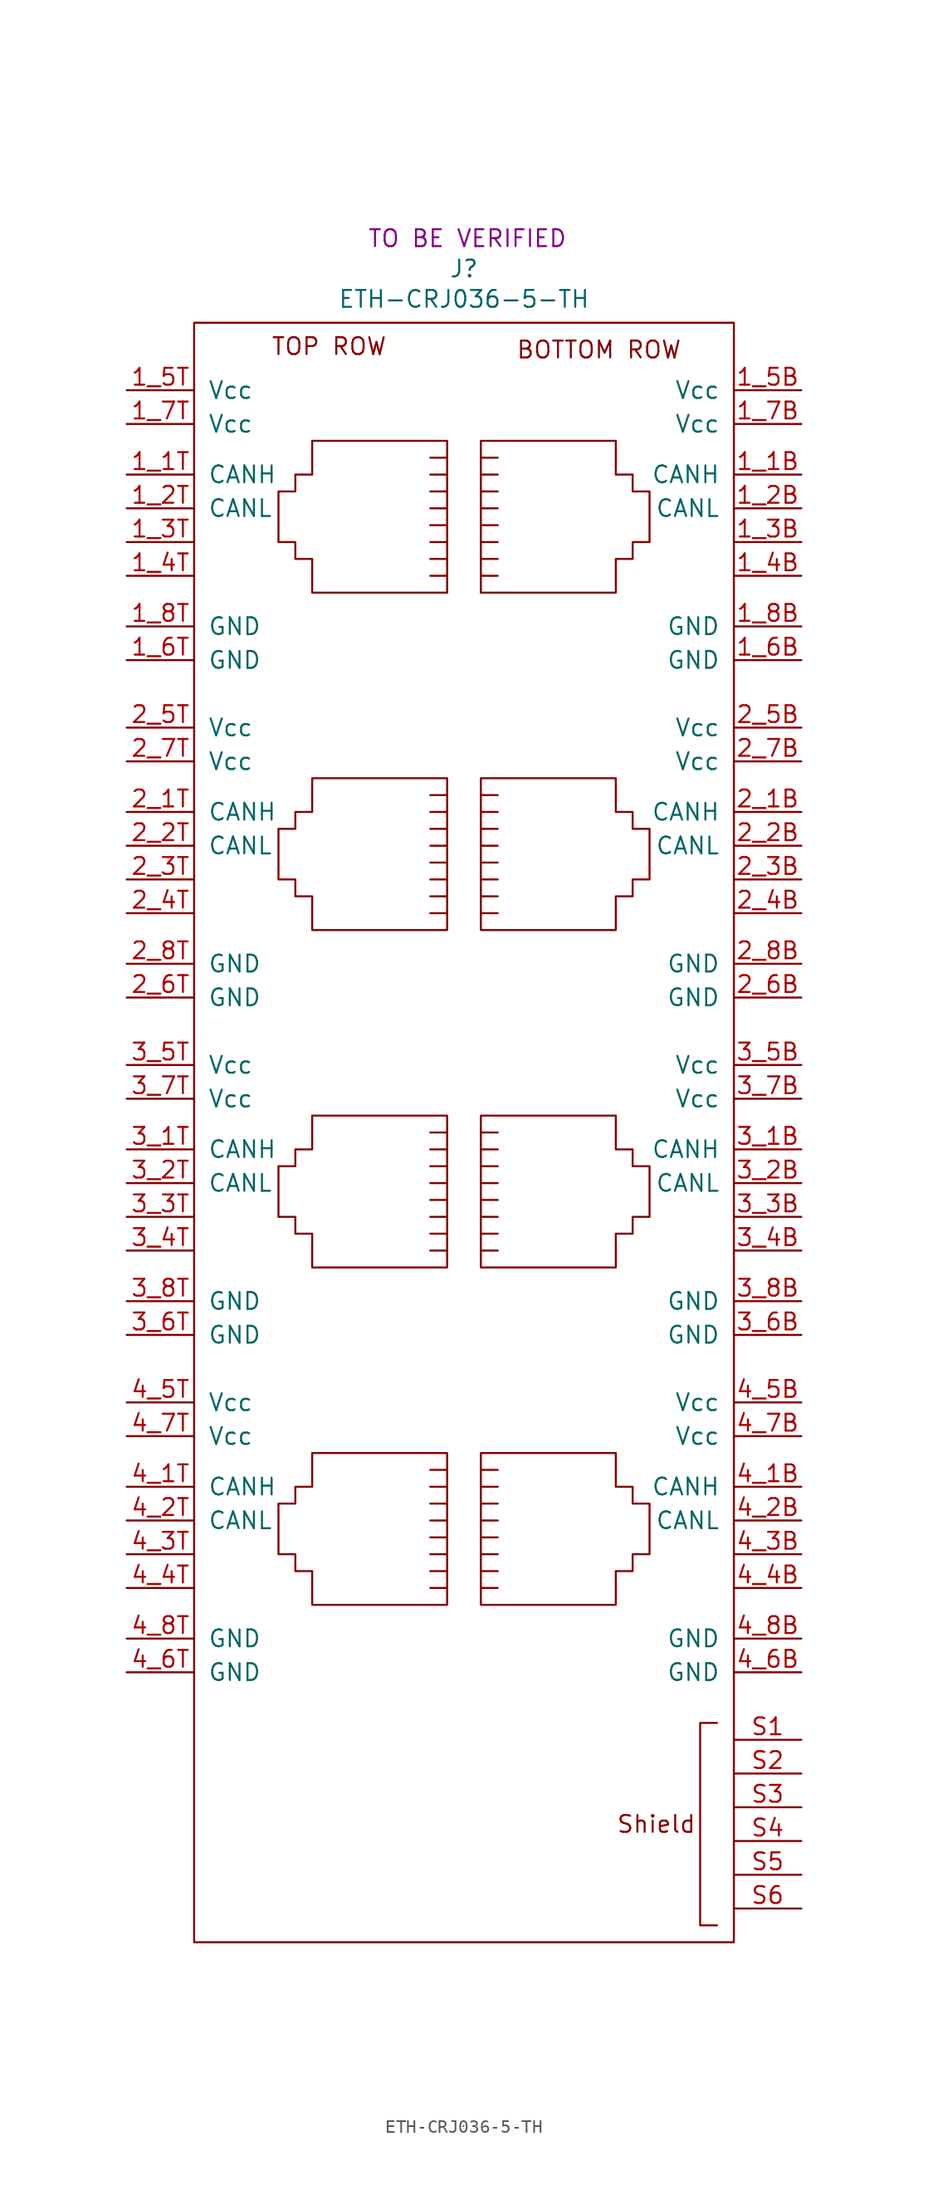
<source format=kicad_sym>
(kicad_symbol_lib
  (version 20231120)
  (generator "kicad_symbol_editor")
  (generator_version "8.0")
  (symbol "ETH-CRJ036-5-TH"
    (pin_names
      (offset 1.016))
    (property "Reference" "J"
      (at 0 11.684 0)
      (effects (font (size 1.27 1.27))))
    (property "Value" "ETH-CRJ036-5-TH"
      (at 0 9.398 0)
      (effects (font (size 1.27 1.27))))
    (property "STATUS" "TO BE VERIFIED"
      (at 0.254 13.97 0)
      (effects (font (size 1.27 1.27))))
    (symbol "ETH-CRJ036-5-TH_0_1"
      (polyline (pts (xy -2.54 -80.01) (xy -1.27 -80.01)) (stroke (width 0) (type default)) (fill (type none)))
      (polyline (pts (xy -2.54 -78.74) (xy -1.27 -78.74)) (stroke (width 0) (type default)) (fill (type none)))
      (polyline (pts (xy -2.54 -54.61) (xy -1.27 -54.61)) (stroke (width 0) (type default)) (fill (type none)))
      (polyline (pts (xy -2.54 -53.34) (xy -1.27 -53.34)) (stroke (width 0) (type default)) (fill (type none)))
      (polyline (pts (xy -2.54 -29.21) (xy -1.27 -29.21)) (stroke (width 0) (type default)) (fill (type none)))
      (polyline (pts (xy -2.54 -27.94) (xy -1.27 -27.94)) (stroke (width 0) (type default)) (fill (type none)))
      (polyline (pts (xy -2.54 -3.81) (xy -1.27 -3.81)) (stroke (width 0) (type default)) (fill (type none)))
      (polyline (pts (xy -2.54 -2.54) (xy -1.27 -2.54)) (stroke (width 0) (type default)) (fill (type none)))
      (polyline (pts (xy 2.54 -80.01) (xy 1.27 -80.01)) (stroke (width 0) (type default)) (fill (type none)))
      (polyline (pts (xy 2.54 -78.74) (xy 1.27 -78.74)) (stroke (width 0) (type default)) (fill (type none)))
      (polyline (pts (xy 2.54 -54.61) (xy 1.27 -54.61)) (stroke (width 0) (type default)) (fill (type none)))
      (polyline (pts (xy 2.54 -53.34) (xy 1.27 -53.34)) (stroke (width 0) (type default)) (fill (type none)))
      (polyline (pts (xy 2.54 -29.21) (xy 1.27 -29.21)) (stroke (width 0) (type default)) (fill (type none)))
      (polyline (pts (xy 2.54 -27.94) (xy 1.27 -27.94)) (stroke (width 0) (type default)) (fill (type none)))
      (polyline (pts (xy 2.54 -3.81) (xy 1.27 -3.81)) (stroke (width 0) (type default)) (fill (type none)))
      (polyline (pts (xy 2.54 -2.54) (xy 1.27 -2.54)) (stroke (width 0) (type default)) (fill (type none)))
      (polyline (pts (xy -2.54 -81.28) (xy -1.27 -81.28) (xy -1.27 -81.28)) (stroke (width 0) (type default)) (fill (type none)))
      (polyline (pts (xy -2.54 -55.88) (xy -1.27 -55.88) (xy -1.27 -55.88)) (stroke (width 0) (type default)) (fill (type none)))
      (polyline (pts (xy -2.54 -30.48) (xy -1.27 -30.48) (xy -1.27 -30.48)) (stroke (width 0) (type default)) (fill (type none)))
      (polyline (pts (xy -2.54 -5.08) (xy -1.27 -5.08) (xy -1.27 -5.08)) (stroke (width 0) (type default)) (fill (type none)))
      (polyline (pts (xy -1.27 -87.63) (xy -2.54 -87.63) (xy -2.54 -87.63)) (stroke (width 0) (type default)) (fill (type none)))
      (polyline (pts (xy -1.27 -86.36) (xy -2.54 -86.36) (xy -2.54 -86.36)) (stroke (width 0) (type default)) (fill (type none)))
      (polyline (pts (xy -1.27 -85.09) (xy -2.54 -85.09) (xy -2.54 -85.09)) (stroke (width 0) (type default)) (fill (type none)))
      (polyline (pts (xy -1.27 -83.82) (xy -2.54 -83.82) (xy -2.54 -83.82)) (stroke (width 0) (type default)) (fill (type none)))
      (polyline (pts (xy -1.27 -82.55) (xy -2.54 -82.55) (xy -2.54 -82.55)) (stroke (width 0) (type default)) (fill (type none)))
      (polyline (pts (xy -1.27 -62.23) (xy -2.54 -62.23) (xy -2.54 -62.23)) (stroke (width 0) (type default)) (fill (type none)))
      (polyline (pts (xy -1.27 -60.96) (xy -2.54 -60.96) (xy -2.54 -60.96)) (stroke (width 0) (type default)) (fill (type none)))
      (polyline (pts (xy -1.27 -59.69) (xy -2.54 -59.69) (xy -2.54 -59.69)) (stroke (width 0) (type default)) (fill (type none)))
      (polyline (pts (xy -1.27 -58.42) (xy -2.54 -58.42) (xy -2.54 -58.42)) (stroke (width 0) (type default)) (fill (type none)))
      (polyline (pts (xy -1.27 -57.15) (xy -2.54 -57.15) (xy -2.54 -57.15)) (stroke (width 0) (type default)) (fill (type none)))
      (polyline (pts (xy -1.27 -36.83) (xy -2.54 -36.83) (xy -2.54 -36.83)) (stroke (width 0) (type default)) (fill (type none)))
      (polyline (pts (xy -1.27 -35.56) (xy -2.54 -35.56) (xy -2.54 -35.56)) (stroke (width 0) (type default)) (fill (type none)))
      (polyline (pts (xy -1.27 -34.29) (xy -2.54 -34.29) (xy -2.54 -34.29)) (stroke (width 0) (type default)) (fill (type none)))
      (polyline (pts (xy -1.27 -33.02) (xy -2.54 -33.02) (xy -2.54 -33.02)) (stroke (width 0) (type default)) (fill (type none)))
      (polyline (pts (xy -1.27 -31.75) (xy -2.54 -31.75) (xy -2.54 -31.75)) (stroke (width 0) (type default)) (fill (type none)))
      (polyline (pts (xy -1.27 -11.43) (xy -2.54 -11.43) (xy -2.54 -11.43)) (stroke (width 0) (type default)) (fill (type none)))
      (polyline (pts (xy -1.27 -10.16) (xy -2.54 -10.16) (xy -2.54 -10.16)) (stroke (width 0) (type default)) (fill (type none)))
      (polyline (pts (xy -1.27 -8.89) (xy -2.54 -8.89) (xy -2.54 -8.89)) (stroke (width 0) (type default)) (fill (type none)))
      (polyline (pts (xy -1.27 -7.62) (xy -2.54 -7.62) (xy -2.54 -7.62)) (stroke (width 0) (type default)) (fill (type none)))
      (polyline (pts (xy -1.27 -6.35) (xy -2.54 -6.35) (xy -2.54 -6.35)) (stroke (width 0) (type default)) (fill (type none)))
      (polyline (pts (xy 1.27 -87.63) (xy 2.54 -87.63) (xy 2.54 -87.63)) (stroke (width 0) (type default)) (fill (type none)))
      (polyline (pts (xy 1.27 -86.36) (xy 2.54 -86.36) (xy 2.54 -86.36)) (stroke (width 0) (type default)) (fill (type none)))
      (polyline (pts (xy 1.27 -85.09) (xy 2.54 -85.09) (xy 2.54 -85.09)) (stroke (width 0) (type default)) (fill (type none)))
      (polyline (pts (xy 1.27 -83.82) (xy 2.54 -83.82) (xy 2.54 -83.82)) (stroke (width 0) (type default)) (fill (type none)))
      (polyline (pts (xy 1.27 -82.55) (xy 2.54 -82.55) (xy 2.54 -82.55)) (stroke (width 0) (type default)) (fill (type none)))
      (polyline (pts (xy 1.27 -62.23) (xy 2.54 -62.23) (xy 2.54 -62.23)) (stroke (width 0) (type default)) (fill (type none)))
      (polyline (pts (xy 1.27 -60.96) (xy 2.54 -60.96) (xy 2.54 -60.96)) (stroke (width 0) (type default)) (fill (type none)))
      (polyline (pts (xy 1.27 -59.69) (xy 2.54 -59.69) (xy 2.54 -59.69)) (stroke (width 0) (type default)) (fill (type none)))
      (polyline (pts (xy 1.27 -58.42) (xy 2.54 -58.42) (xy 2.54 -58.42)) (stroke (width 0) (type default)) (fill (type none)))
      (polyline (pts (xy 1.27 -57.15) (xy 2.54 -57.15) (xy 2.54 -57.15)) (stroke (width 0) (type default)) (fill (type none)))
      (polyline (pts (xy 1.27 -36.83) (xy 2.54 -36.83) (xy 2.54 -36.83)) (stroke (width 0) (type default)) (fill (type none)))
      (polyline (pts (xy 1.27 -35.56) (xy 2.54 -35.56) (xy 2.54 -35.56)) (stroke (width 0) (type default)) (fill (type none)))
      (polyline (pts (xy 1.27 -34.29) (xy 2.54 -34.29) (xy 2.54 -34.29)) (stroke (width 0) (type default)) (fill (type none)))
      (polyline (pts (xy 1.27 -33.02) (xy 2.54 -33.02) (xy 2.54 -33.02)) (stroke (width 0) (type default)) (fill (type none)))
      (polyline (pts (xy 1.27 -31.75) (xy 2.54 -31.75) (xy 2.54 -31.75)) (stroke (width 0) (type default)) (fill (type none)))
      (polyline (pts (xy 1.27 -11.43) (xy 2.54 -11.43) (xy 2.54 -11.43)) (stroke (width 0) (type default)) (fill (type none)))
      (polyline (pts (xy 1.27 -10.16) (xy 2.54 -10.16) (xy 2.54 -10.16)) (stroke (width 0) (type default)) (fill (type none)))
      (polyline (pts (xy 1.27 -8.89) (xy 2.54 -8.89) (xy 2.54 -8.89)) (stroke (width 0) (type default)) (fill (type none)))
      (polyline (pts (xy 1.27 -7.62) (xy 2.54 -7.62) (xy 2.54 -7.62)) (stroke (width 0) (type default)) (fill (type none)))
      (polyline (pts (xy 1.27 -6.35) (xy 2.54 -6.35) (xy 2.54 -6.35)) (stroke (width 0) (type default)) (fill (type none)))
      (polyline (pts (xy 2.54 -81.28) (xy 1.27 -81.28) (xy 1.27 -81.28)) (stroke (width 0) (type default)) (fill (type none)))
      (polyline (pts (xy 2.54 -55.88) (xy 1.27 -55.88) (xy 1.27 -55.88)) (stroke (width 0) (type default)) (fill (type none)))
      (polyline (pts (xy 2.54 -30.48) (xy 1.27 -30.48) (xy 1.27 -30.48)) (stroke (width 0) (type default)) (fill (type none)))
      (polyline (pts (xy 2.54 -5.08) (xy 1.27 -5.08) (xy 1.27 -5.08)) (stroke (width 0) (type default)) (fill (type none)))
      (polyline (pts (xy -1.27 -88.9) (xy -1.27 -77.47) (xy -11.43 -77.47) (xy -11.43 -80.01) (xy -12.7 -80.01) (xy -12.7 -81.28) (xy -13.97 -81.28) (xy -13.97 -85.09) (xy -12.7 -85.09) (xy -12.7 -86.36) (xy -11.43 -86.36) (xy -11.43 -88.9) (xy -1.27 -88.9) (xy -1.27 -88.9)) (stroke (width 0) (type default)) (fill (type none)))
      (polyline (pts (xy -1.27 -63.5) (xy -1.27 -52.07) (xy -11.43 -52.07) (xy -11.43 -54.61) (xy -12.7 -54.61) (xy -12.7 -55.88) (xy -13.97 -55.88) (xy -13.97 -59.69) (xy -12.7 -59.69) (xy -12.7 -60.96) (xy -11.43 -60.96) (xy -11.43 -63.5) (xy -1.27 -63.5) (xy -1.27 -63.5)) (stroke (width 0) (type default)) (fill (type none)))
      (polyline (pts (xy -1.27 -38.1) (xy -1.27 -26.67) (xy -11.43 -26.67) (xy -11.43 -29.21) (xy -12.7 -29.21) (xy -12.7 -30.48) (xy -13.97 -30.48) (xy -13.97 -34.29) (xy -12.7 -34.29) (xy -12.7 -35.56) (xy -11.43 -35.56) (xy -11.43 -38.1) (xy -1.27 -38.1) (xy -1.27 -38.1)) (stroke (width 0) (type default)) (fill (type none)))
      (polyline (pts (xy -1.27 -12.7) (xy -1.27 -1.27) (xy -11.43 -1.27) (xy -11.43 -3.81) (xy -12.7 -3.81) (xy -12.7 -5.08) (xy -13.97 -5.08) (xy -13.97 -8.89) (xy -12.7 -8.89) (xy -12.7 -10.16) (xy -11.43 -10.16) (xy -11.43 -12.7) (xy -1.27 -12.7) (xy -1.27 -12.7)) (stroke (width 0) (type default)) (fill (type none)))
      (polyline (pts (xy 1.27 -88.9) (xy 1.27 -77.47) (xy 11.43 -77.47) (xy 11.43 -80.01) (xy 12.7 -80.01) (xy 12.7 -81.28) (xy 13.97 -81.28) (xy 13.97 -85.09) (xy 12.7 -85.09) (xy 12.7 -86.36) (xy 11.43 -86.36) (xy 11.43 -88.9) (xy 1.27 -88.9) (xy 1.27 -88.9)) (stroke (width 0) (type default)) (fill (type none)))
      (polyline (pts (xy 1.27 -63.5) (xy 1.27 -52.07) (xy 11.43 -52.07) (xy 11.43 -54.61) (xy 12.7 -54.61) (xy 12.7 -55.88) (xy 13.97 -55.88) (xy 13.97 -59.69) (xy 12.7 -59.69) (xy 12.7 -60.96) (xy 11.43 -60.96) (xy 11.43 -63.5) (xy 1.27 -63.5) (xy 1.27 -63.5)) (stroke (width 0) (type default)) (fill (type none)))
      (polyline (pts (xy 1.27 -38.1) (xy 1.27 -26.67) (xy 11.43 -26.67) (xy 11.43 -29.21) (xy 12.7 -29.21) (xy 12.7 -30.48) (xy 13.97 -30.48) (xy 13.97 -34.29) (xy 12.7 -34.29) (xy 12.7 -35.56) (xy 11.43 -35.56) (xy 11.43 -38.1) (xy 1.27 -38.1) (xy 1.27 -38.1)) (stroke (width 0) (type default)) (fill (type none)))
      (polyline (pts (xy 1.27 -12.7) (xy 1.27 -1.27) (xy 11.43 -1.27) (xy 11.43 -3.81) (xy 12.7 -3.81) (xy 12.7 -5.08) (xy 13.97 -5.08) (xy 13.97 -8.89) (xy 12.7 -8.89) (xy 12.7 -10.16) (xy 11.43 -10.16) (xy 11.43 -12.7) (xy 1.27 -12.7) (xy 1.27 -12.7)) (stroke (width 0) (type default)) (fill (type none))))
    (symbol "ETH-CRJ036-5-TH_1_1"
      (rectangle (start -20.32 7.62) (end 20.32 -114.3) (stroke (width 0) (type default)) (fill (type none)))
      (polyline (pts (xy 19.05 -97.79) (xy 17.78 -97.79) (xy 17.78 -113.03) (xy 19.05 -113.03)) (stroke (width 0) (type default)) (fill (type none)))
      (text "BOTTOM ROW" (at 10.16 5.588 0) (effects (font (size 1.27 1.27))))
      (text "Shield" (at 14.478 -105.41 0) (effects (font (size 1.27 1.27))))
      (text "TOP ROW" (at -10.16 5.842 0) (effects (font (size 1.27 1.27))))
      (pin passive line (at 25.4 -3.81 180) (length 5.08) (name "CANH" (effects (font (size 1.27 1.27)))) (number "1_1B" (effects (font (size 1.27 1.27)))))
      (pin passive line (at -25.4 -3.81 0) (length 5.08) (name "CANH" (effects (font (size 1.27 1.27)))) (number "1_1T" (effects (font (size 1.27 1.27)))))
      (pin passive line (at 25.4 -6.35 180) (length 5.08) (name "CANL" (effects (font (size 1.27 1.27)))) (number "1_2B" (effects (font (size 1.27 1.27)))))
      (pin passive line (at -25.4 -6.35 0) (length 5.08) (name "CANL" (effects (font (size 1.27 1.27)))) (number "1_2T" (effects (font (size 1.27 1.27)))))
      (pin passive line (at 25.4 -8.89 180) (length 5.08) (name "~" (effects (font (size 1.27 1.27)))) (number "1_3B" (effects (font (size 1.27 1.27)))))
      (pin passive line (at -25.4 -8.89 0) (length 5.08) (name "~" (effects (font (size 1.27 1.27)))) (number "1_3T" (effects (font (size 1.27 1.27)))))
      (pin passive line (at 25.4 -11.43 180) (length 5.08) (name "~" (effects (font (size 1.27 1.27)))) (number "1_4B" (effects (font (size 1.27 1.27)))))
      (pin passive line (at -25.4 -11.43 0) (length 5.08) (name "~" (effects (font (size 1.27 1.27)))) (number "1_4T" (effects (font (size 1.27 1.27)))))
      (pin passive line (at 25.4 2.54 180) (length 5.08) (name "Vcc" (effects (font (size 1.27 1.27)))) (number "1_5B" (effects (font (size 1.27 1.27)))))
      (pin passive line (at -25.4 2.54 0) (length 5.08) (name "Vcc" (effects (font (size 1.27 1.27)))) (number "1_5T" (effects (font (size 1.27 1.27)))))
      (pin passive line (at 25.4 -17.78 180) (length 5.08) (name "GND" (effects (font (size 1.27 1.27)))) (number "1_6B" (effects (font (size 1.27 1.27)))))
      (pin passive line (at -25.4 -17.78 0) (length 5.08) (name "GND" (effects (font (size 1.27 1.27)))) (number "1_6T" (effects (font (size 1.27 1.27)))))
      (pin passive line (at 25.4 0 180) (length 5.08) (name "Vcc" (effects (font (size 1.27 1.27)))) (number "1_7B" (effects (font (size 1.27 1.27)))))
      (pin passive line (at -25.4 0 0) (length 5.08) (name "Vcc" (effects (font (size 1.27 1.27)))) (number "1_7T" (effects (font (size 1.27 1.27)))))
      (pin passive line (at 25.4 -15.24 180) (length 5.08) (name "GND" (effects (font (size 1.27 1.27)))) (number "1_8B" (effects (font (size 1.27 1.27)))))
      (pin passive line (at -25.4 -15.24 0) (length 5.08) (name "GND" (effects (font (size 1.27 1.27)))) (number "1_8T" (effects (font (size 1.27 1.27)))))
      (pin passive line (at 25.4 -29.21 180) (length 5.08) (name "CANH" (effects (font (size 1.27 1.27)))) (number "2_1B" (effects (font (size 1.27 1.27)))))
      (pin passive line (at -25.4 -29.21 0) (length 5.08) (name "CANH" (effects (font (size 1.27 1.27)))) (number "2_1T" (effects (font (size 1.27 1.27)))))
      (pin passive line (at 25.4 -31.75 180) (length 5.08) (name "CANL" (effects (font (size 1.27 1.27)))) (number "2_2B" (effects (font (size 1.27 1.27)))))
      (pin passive line (at -25.4 -31.75 0) (length 5.08) (name "CANL" (effects (font (size 1.27 1.27)))) (number "2_2T" (effects (font (size 1.27 1.27)))))
      (pin passive line (at 25.4 -34.29 180) (length 5.08) (name "~" (effects (font (size 1.27 1.27)))) (number "2_3B" (effects (font (size 1.27 1.27)))))
      (pin passive line (at -25.4 -34.29 0) (length 5.08) (name "~" (effects (font (size 1.27 1.27)))) (number "2_3T" (effects (font (size 1.27 1.27)))))
      (pin passive line (at 25.4 -36.83 180) (length 5.08) (name "~" (effects (font (size 1.27 1.27)))) (number "2_4B" (effects (font (size 1.27 1.27)))))
      (pin passive line (at -25.4 -36.83 0) (length 5.08) (name "~" (effects (font (size 1.27 1.27)))) (number "2_4T" (effects (font (size 1.27 1.27)))))
      (pin passive line (at 25.4 -22.86 180) (length 5.08) (name "Vcc" (effects (font (size 1.27 1.27)))) (number "2_5B" (effects (font (size 1.27 1.27)))))
      (pin passive line (at -25.4 -22.86 0) (length 5.08) (name "Vcc" (effects (font (size 1.27 1.27)))) (number "2_5T" (effects (font (size 1.27 1.27)))))
      (pin passive line (at 25.4 -43.18 180) (length 5.08) (name "GND" (effects (font (size 1.27 1.27)))) (number "2_6B" (effects (font (size 1.27 1.27)))))
      (pin passive line (at -25.4 -43.18 0) (length 5.08) (name "GND" (effects (font (size 1.27 1.27)))) (number "2_6T" (effects (font (size 1.27 1.27)))))
      (pin passive line (at 25.4 -25.4 180) (length 5.08) (name "Vcc" (effects (font (size 1.27 1.27)))) (number "2_7B" (effects (font (size 1.27 1.27)))))
      (pin passive line (at -25.4 -25.4 0) (length 5.08) (name "Vcc" (effects (font (size 1.27 1.27)))) (number "2_7T" (effects (font (size 1.27 1.27)))))
      (pin passive line (at 25.4 -40.64 180) (length 5.08) (name "GND" (effects (font (size 1.27 1.27)))) (number "2_8B" (effects (font (size 1.27 1.27)))))
      (pin passive line (at -25.4 -40.64 0) (length 5.08) (name "GND" (effects (font (size 1.27 1.27)))) (number "2_8T" (effects (font (size 1.27 1.27)))))
      (pin passive line (at 25.4 -54.61 180) (length 5.08) (name "CANH" (effects (font (size 1.27 1.27)))) (number "3_1B" (effects (font (size 1.27 1.27)))))
      (pin passive line (at -25.4 -54.61 0) (length 5.08) (name "CANH" (effects (font (size 1.27 1.27)))) (number "3_1T" (effects (font (size 1.27 1.27)))))
      (pin passive line (at 25.4 -57.15 180) (length 5.08) (name "CANL" (effects (font (size 1.27 1.27)))) (number "3_2B" (effects (font (size 1.27 1.27)))))
      (pin passive line (at -25.4 -57.15 0) (length 5.08) (name "CANL" (effects (font (size 1.27 1.27)))) (number "3_2T" (effects (font (size 1.27 1.27)))))
      (pin passive line (at 25.4 -59.69 180) (length 5.08) (name "~" (effects (font (size 1.27 1.27)))) (number "3_3B" (effects (font (size 1.27 1.27)))))
      (pin passive line (at -25.4 -59.69 0) (length 5.08) (name "~" (effects (font (size 1.27 1.27)))) (number "3_3T" (effects (font (size 1.27 1.27)))))
      (pin passive line (at 25.4 -62.23 180) (length 5.08) (name "~" (effects (font (size 1.27 1.27)))) (number "3_4B" (effects (font (size 1.27 1.27)))))
      (pin passive line (at -25.4 -62.23 0) (length 5.08) (name "~" (effects (font (size 1.27 1.27)))) (number "3_4T" (effects (font (size 1.27 1.27)))))
      (pin passive line (at 25.4 -48.26 180) (length 5.08) (name "Vcc" (effects (font (size 1.27 1.27)))) (number "3_5B" (effects (font (size 1.27 1.27)))))
      (pin passive line (at -25.4 -48.26 0) (length 5.08) (name "Vcc" (effects (font (size 1.27 1.27)))) (number "3_5T" (effects (font (size 1.27 1.27)))))
      (pin passive line (at 25.4 -68.58 180) (length 5.08) (name "GND" (effects (font (size 1.27 1.27)))) (number "3_6B" (effects (font (size 1.27 1.27)))))
      (pin passive line (at -25.4 -68.58 0) (length 5.08) (name "GND" (effects (font (size 1.27 1.27)))) (number "3_6T" (effects (font (size 1.27 1.27)))))
      (pin passive line (at 25.4 -50.8 180) (length 5.08) (name "Vcc" (effects (font (size 1.27 1.27)))) (number "3_7B" (effects (font (size 1.27 1.27)))))
      (pin passive line (at -25.4 -50.8 0) (length 5.08) (name "Vcc" (effects (font (size 1.27 1.27)))) (number "3_7T" (effects (font (size 1.27 1.27)))))
      (pin passive line (at 25.4 -66.04 180) (length 5.08) (name "GND" (effects (font (size 1.27 1.27)))) (number "3_8B" (effects (font (size 1.27 1.27)))))
      (pin passive line (at -25.4 -66.04 0) (length 5.08) (name "GND" (effects (font (size 1.27 1.27)))) (number "3_8T" (effects (font (size 1.27 1.27)))))
      (pin passive line (at 25.4 -80.01 180) (length 5.08) (name "CANH" (effects (font (size 1.27 1.27)))) (number "4_1B" (effects (font (size 1.27 1.27)))))
      (pin passive line (at -25.4 -80.01 0) (length 5.08) (name "CANH" (effects (font (size 1.27 1.27)))) (number "4_1T" (effects (font (size 1.27 1.27)))))
      (pin passive line (at 25.4 -82.55 180) (length 5.08) (name "CANL" (effects (font (size 1.27 1.27)))) (number "4_2B" (effects (font (size 1.27 1.27)))))
      (pin passive line (at -25.4 -82.55 0) (length 5.08) (name "CANL" (effects (font (size 1.27 1.27)))) (number "4_2T" (effects (font (size 1.27 1.27)))))
      (pin passive line (at 25.4 -85.09 180) (length 5.08) (name "~" (effects (font (size 1.27 1.27)))) (number "4_3B" (effects (font (size 1.27 1.27)))))
      (pin passive line (at -25.4 -85.09 0) (length 5.08) (name "~" (effects (font (size 1.27 1.27)))) (number "4_3T" (effects (font (size 1.27 1.27)))))
      (pin passive line (at 25.4 -87.63 180) (length 5.08) (name "~" (effects (font (size 1.27 1.27)))) (number "4_4B" (effects (font (size 1.27 1.27)))))
      (pin passive line (at -25.4 -87.63 0) (length 5.08) (name "~" (effects (font (size 1.27 1.27)))) (number "4_4T" (effects (font (size 1.27 1.27)))))
      (pin passive line (at 25.4 -73.66 180) (length 5.08) (name "Vcc" (effects (font (size 1.27 1.27)))) (number "4_5B" (effects (font (size 1.27 1.27)))))
      (pin passive line (at -25.4 -73.66 0) (length 5.08) (name "Vcc" (effects (font (size 1.27 1.27)))) (number "4_5T" (effects (font (size 1.27 1.27)))))
      (pin passive line (at 25.4 -93.98 180) (length 5.08) (name "GND" (effects (font (size 1.27 1.27)))) (number "4_6B" (effects (font (size 1.27 1.27)))))
      (pin passive line (at -25.4 -93.98 0) (length 5.08) (name "GND" (effects (font (size 1.27 1.27)))) (number "4_6T" (effects (font (size 1.27 1.27)))))
      (pin passive line (at 25.4 -76.2 180) (length 5.08) (name "Vcc" (effects (font (size 1.27 1.27)))) (number "4_7B" (effects (font (size 1.27 1.27)))))
      (pin passive line (at -25.4 -76.2 0) (length 5.08) (name "Vcc" (effects (font (size 1.27 1.27)))) (number "4_7T" (effects (font (size 1.27 1.27)))))
      (pin passive line (at 25.4 -91.44 180) (length 5.08) (name "GND" (effects (font (size 1.27 1.27)))) (number "4_8B" (effects (font (size 1.27 1.27)))))
      (pin passive line (at -25.4 -91.44 0) (length 5.08) (name "GND" (effects (font (size 1.27 1.27)))) (number "4_8T" (effects (font (size 1.27 1.27)))))
      (pin passive line (at 25.4 -99.06 180) (length 5.08) (name "" (effects (font (size 1.27 1.27)))) (number "S1" (effects (font (size 1.27 1.27)))))
      (pin passive line (at 25.4 -101.6 180) (length 5.08) (name "" (effects (font (size 1.27 1.27)))) (number "S2" (effects (font (size 1.27 1.27)))))
      (pin passive line (at 25.4 -104.14 180) (length 5.08) (name "" (effects (font (size 1.27 1.27)))) (number "S3" (effects (font (size 1.27 1.27)))))
      (pin passive line (at 25.4 -106.68 180) (length 5.08) (name "" (effects (font (size 1.27 1.27)))) (number "S4" (effects (font (size 1.27 1.27)))))
      (pin passive line (at 25.4 -109.22 180) (length 5.08) (name "" (effects (font (size 1.27 1.27)))) (number "S5" (effects (font (size 1.27 1.27)))))
      (pin passive line (at 25.4 -111.76 180) (length 5.08) (name "" (effects (font (size 1.27 1.27)))) (number "S6" (effects (font (size 1.27 1.27))))))))
</source>
